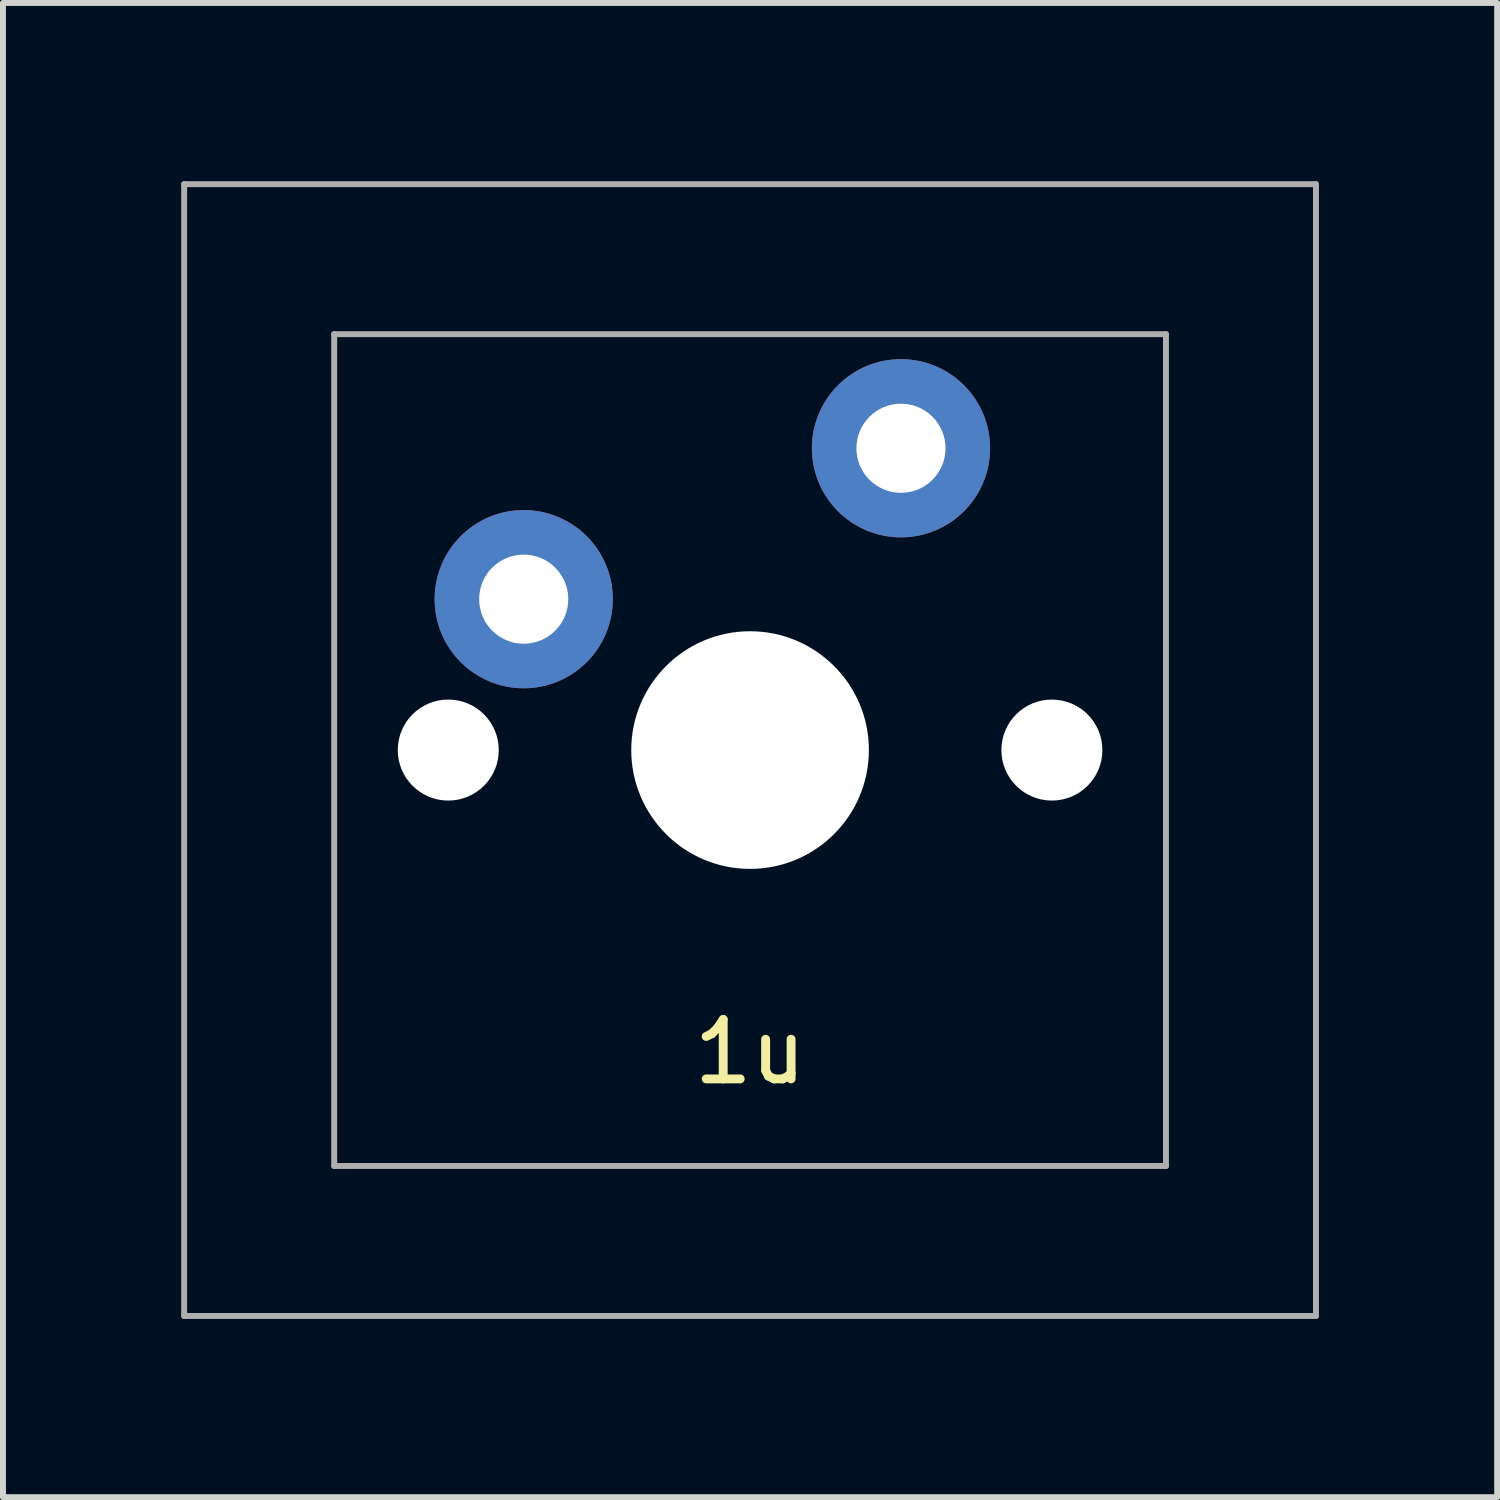
<source format=kicad_pcb>
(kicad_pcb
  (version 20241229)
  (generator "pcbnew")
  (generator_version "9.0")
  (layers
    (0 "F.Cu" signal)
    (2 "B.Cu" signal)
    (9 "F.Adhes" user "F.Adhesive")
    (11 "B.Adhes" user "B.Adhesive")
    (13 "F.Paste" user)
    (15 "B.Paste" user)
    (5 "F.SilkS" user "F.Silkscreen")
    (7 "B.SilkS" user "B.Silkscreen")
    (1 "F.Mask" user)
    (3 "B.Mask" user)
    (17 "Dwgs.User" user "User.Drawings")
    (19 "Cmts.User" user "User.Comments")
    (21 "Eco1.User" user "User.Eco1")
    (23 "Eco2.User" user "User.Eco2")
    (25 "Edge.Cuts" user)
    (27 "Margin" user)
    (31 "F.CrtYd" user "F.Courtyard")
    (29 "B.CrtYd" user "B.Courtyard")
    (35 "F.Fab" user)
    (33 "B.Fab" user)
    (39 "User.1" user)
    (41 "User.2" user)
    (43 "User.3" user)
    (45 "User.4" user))
  (footprint "1u"
    (layer "F.Cu")
    (at 9.575 9.575)
    (property "Reference" "1u" (at 0 5.08 0) (layer "F.SilkS") (effects (font (size 1 1) (thickness 0.15))))
    (attr through_hole)
    (fp_line (start -9.525 -9.525) (end -9.525 9.525) (stroke (width 0.1) (type solid)) (layer "F.Fab"))
    (fp_line (start -9.525 -9.525) (end 9.525 -9.525) (stroke (width 0.1) (type solid)) (layer "F.Fab"))
    (fp_line (start -9.525 9.525) (end 9.525 9.525) (stroke (width 0.1) (type solid)) (layer "F.Fab"))
    (fp_line (start -7 -7) (end -7 7) (stroke (width 0.1) (type solid)) (layer "F.Fab"))
    (fp_line (start -7 7) (end 7 7) (stroke (width 0.1) (type solid)) (layer "F.Fab"))
    (fp_line (start 7 -7) (end -7 -7) (stroke (width 0.1) (type solid)) (layer "F.Fab"))
    (fp_line (start 7 7) (end 7 -7) (stroke (width 0.1) (type solid)) (layer "F.Fab"))
    (fp_line (start 9.525 -9.525) (end 9.525 9.525) (stroke (width 0.1) (type solid)) (layer "F.Fab"))
    (pad "" np_thru_hole circle (at -5.08 0) (size 1.7 1.7) (drill 1.7) (layers "*.Cu" "*.Mask"))
    (pad "" np_thru_hole circle (at 0 0) (size 4 4) (drill 4) (layers "*.Cu" "*.Mask"))
    (pad "" np_thru_hole circle (at 5.08 0) (size 1.7 1.7) (drill 1.7) (layers "*.Cu" "*.Mask"))
    (pad "1" thru_hole circle (at 2.54 -5.08) (size 3 3) (drill 1.5) (layers "*.Cu" "*.Mask"))
    (pad "2" thru_hole circle (at -3.81 -2.54) (size 3 3) (drill 1.5) (layers "*.Cu" "*.Mask")))
  (gr_rect
    (start -3 -3)
    (end 22.15 22.15)
    (stroke (width 0.1) (type default))
    (fill no)
    (layer "Edge.Cuts")))
</source>
